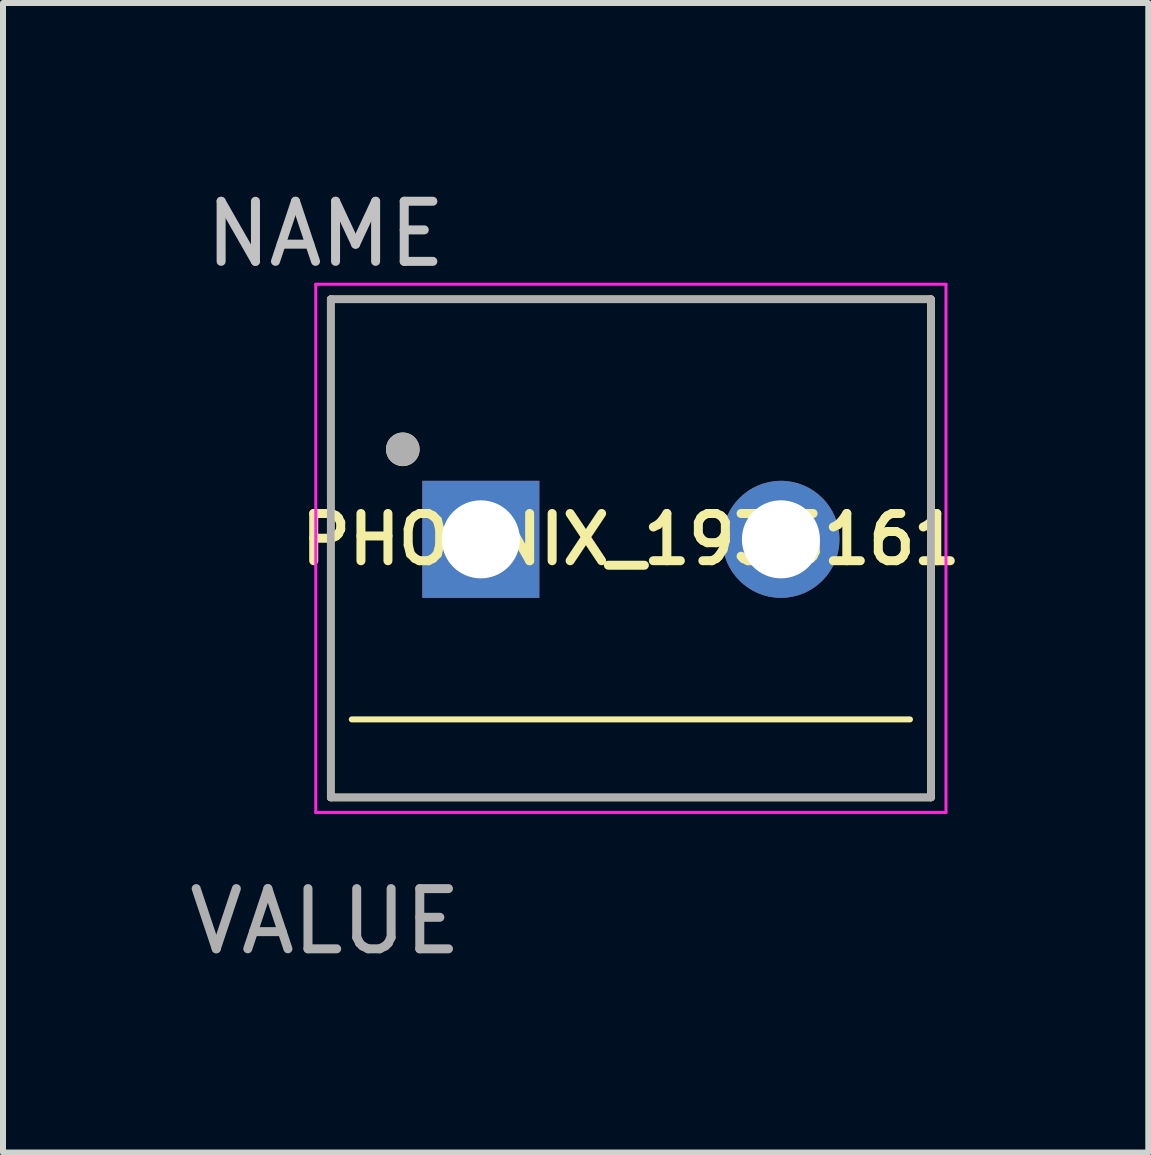
<source format=kicad_pcb>
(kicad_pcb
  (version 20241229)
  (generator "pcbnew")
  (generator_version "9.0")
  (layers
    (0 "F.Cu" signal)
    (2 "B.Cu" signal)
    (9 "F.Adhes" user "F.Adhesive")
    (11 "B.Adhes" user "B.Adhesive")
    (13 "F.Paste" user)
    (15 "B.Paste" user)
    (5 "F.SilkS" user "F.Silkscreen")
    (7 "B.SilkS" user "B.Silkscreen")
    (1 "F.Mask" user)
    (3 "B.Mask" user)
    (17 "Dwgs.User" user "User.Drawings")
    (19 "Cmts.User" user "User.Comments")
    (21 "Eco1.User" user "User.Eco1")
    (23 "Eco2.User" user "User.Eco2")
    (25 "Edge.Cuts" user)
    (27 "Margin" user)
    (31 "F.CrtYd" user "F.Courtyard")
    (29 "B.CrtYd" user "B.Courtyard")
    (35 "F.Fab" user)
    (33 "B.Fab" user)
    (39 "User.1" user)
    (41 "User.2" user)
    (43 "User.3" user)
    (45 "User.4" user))
  (footprint "PHOENIX_1935161"
    (layer "F.Cu")
    (at 7.461 5.936)
    (property "Reference" "PHOENIX_1935161" (at 0 0 0) (layer "F.SilkS") (effects (font (size 0.787 0.787) (thickness 0.15))))
    (attr through_hole)
    (fp_line (start -5 -4) (end 5 -4) (stroke (width 0.127) (type solid)) (layer "F.SilkS"))
    (fp_line (start -5 4.3) (end -5 -4) (stroke (width 0.127) (type solid)) (layer "F.SilkS"))
    (fp_line (start -4.65 3) (end 4.65 3) (stroke (width 0.1) (type default)) (layer "F.SilkS"))
    (fp_line (start 5 -4) (end 5 4.3) (stroke (width 0.127) (type solid)) (layer "F.SilkS"))
    (fp_line (start 5 4.3) (end -5 4.3) (stroke (width 0.127) (type solid)) (layer "F.SilkS"))
    (fp_circle (center -3.8 -1.5) (end -3.66 -1.5) (stroke (width 0.28) (type solid)) (fill no) (layer "F.SilkS"))
    (fp_line (start -5.25 -4.25) (end 5.25 -4.25) (stroke (width 0.05) (type solid)) (layer "F.CrtYd"))
    (fp_line (start -5.25 4.55) (end -5.25 -4.25) (stroke (width 0.05) (type solid)) (layer "F.CrtYd"))
    (fp_line (start 5.25 -4.25) (end 5.25 4.55) (stroke (width 0.05) (type solid)) (layer "F.CrtYd"))
    (fp_line (start 5.25 4.55) (end -5.25 4.55) (stroke (width 0.05) (type solid)) (layer "F.CrtYd"))
    (fp_line (start -5 -4) (end 5 -4) (stroke (width 0.127) (type solid)) (layer "F.Fab"))
    (fp_line (start -5 4.3) (end -5 -4) (stroke (width 0.127) (type solid)) (layer "F.Fab"))
    (fp_line (start 5 -4) (end 5 4.3) (stroke (width 0.127) (type solid)) (layer "F.Fab"))
    (fp_line (start 5 4.3) (end -5 4.3) (stroke (width 0.127) (type solid)) (layer "F.Fab"))
    (fp_circle (center -3.8 -1.5) (end -3.66 -1.5) (stroke (width 0.28) (type solid)) (fill no) (layer "F.Fab"))
    (fp_text user "NAME" (at -5.087 -5.087 0) (layer "Dwgs.User") (effects (font (size 1.001 1.001) (thickness 0.15))))
    (fp_text user "VALUE" (at -5.093 6.366 0) (layer "F.Fab") (effects (font (size 1.003 1.003) (thickness 0.15))))
    (pad "1" thru_hole rect (at -2.5 0) (size 1.95 1.95) (drill 1.3) (layers "*.Cu" "*.Mask"))
    (pad "2" thru_hole circle (at 2.5 0) (size 1.95 1.95) (drill 1.3) (layers "*.Cu" "*.Mask")))
  (gr_rect
    (start -3 -3)
    (end 16.082 16.152)
    (stroke (width 0.1) (type default))
    (fill no)
    (layer "Edge.Cuts")))
</source>
